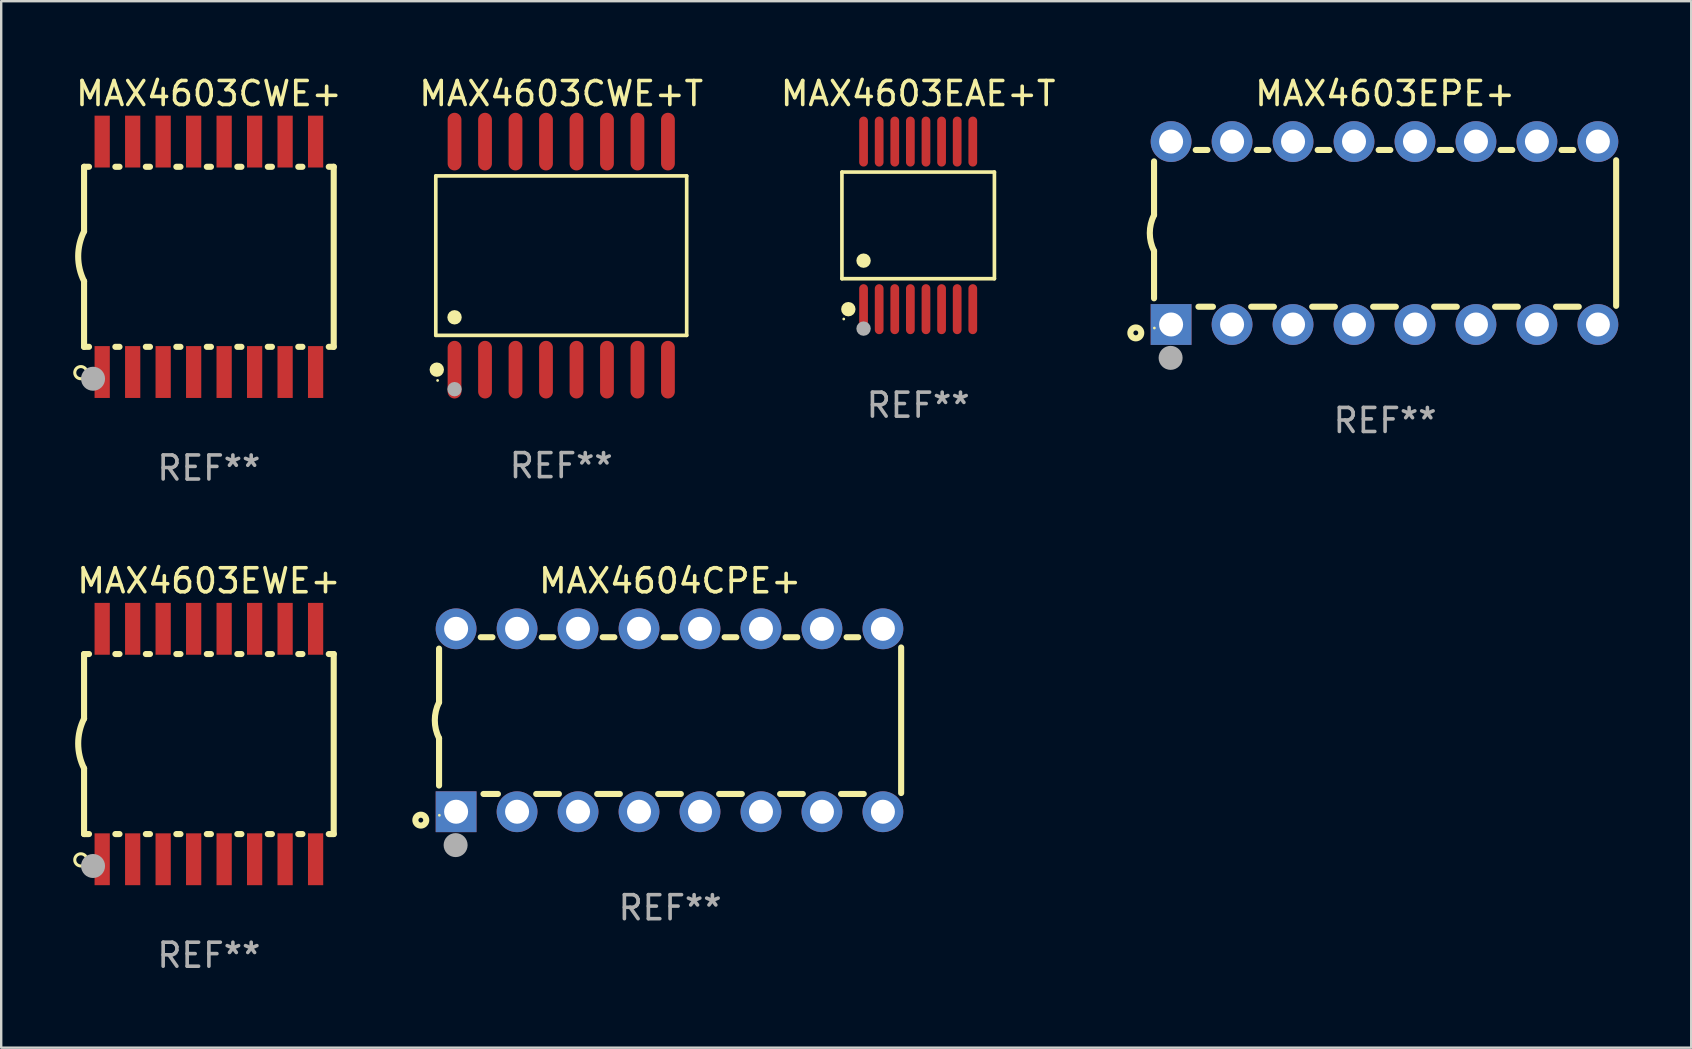
<source format=kicad_pcb>
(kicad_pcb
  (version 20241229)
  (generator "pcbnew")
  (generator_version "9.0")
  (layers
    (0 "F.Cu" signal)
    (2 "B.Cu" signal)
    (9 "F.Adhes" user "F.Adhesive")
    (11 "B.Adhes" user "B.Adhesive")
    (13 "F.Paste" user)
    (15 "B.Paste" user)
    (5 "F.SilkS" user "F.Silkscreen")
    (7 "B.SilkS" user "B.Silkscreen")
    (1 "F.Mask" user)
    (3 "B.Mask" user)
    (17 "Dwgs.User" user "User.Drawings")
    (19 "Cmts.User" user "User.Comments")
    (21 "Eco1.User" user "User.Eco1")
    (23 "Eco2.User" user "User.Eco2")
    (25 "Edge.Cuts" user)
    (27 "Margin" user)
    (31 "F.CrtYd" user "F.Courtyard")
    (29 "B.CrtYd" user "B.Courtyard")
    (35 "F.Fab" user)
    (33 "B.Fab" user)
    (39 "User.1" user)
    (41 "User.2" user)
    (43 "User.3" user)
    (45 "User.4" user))
  (footprint "MAX4604CPE+"
    (layer "F.Cu")
    (at 24.865 26.955)
    (property "Reference" "MAX4604CPE+" (at 0 -5.81 0) (layer "F.SilkS") (effects (font (size 1 1) (thickness 0.15))))
    (attr through_hole)
    (fp_line (start -9.625 -0.75) (end -9.625 -2.985) (stroke (width 0.254) (type solid)) (layer "F.SilkS"))
    (fp_line (start -9.625 0.749) (end -9.625 2.719) (stroke (width 0.254) (type solid)) (layer "F.SilkS"))
    (fp_line (start -7.889 -3.46) (end -7.401 -3.46) (stroke (width 0.254) (type solid)) (layer "F.SilkS"))
    (fp_line (start -7.775 3.07) (end -7.172 3.07) (stroke (width 0.254) (type solid)) (layer "F.SilkS"))
    (fp_line (start -5.578 3.07) (end -4.632 3.07) (stroke (width 0.254) (type solid)) (layer "F.SilkS"))
    (fp_line (start -5.349 -3.46) (end -4.861 -3.46) (stroke (width 0.254) (type solid)) (layer "F.SilkS"))
    (fp_line (start -3.038 3.07) (end -2.092 3.07) (stroke (width 0.254) (type solid)) (layer "F.SilkS"))
    (fp_line (start -2.809 -3.46) (end -2.321 -3.46) (stroke (width 0.254) (type solid)) (layer "F.SilkS"))
    (fp_line (start -0.498 3.07) (end 0.448 3.07) (stroke (width 0.254) (type solid)) (layer "F.SilkS"))
    (fp_line (start -0.269 -3.46) (end 0.219 -3.46) (stroke (width 0.254) (type solid)) (layer "F.SilkS"))
    (fp_line (start 2.042 3.07) (end 2.988 3.07) (stroke (width 0.254) (type solid)) (layer "F.SilkS"))
    (fp_line (start 2.271 -3.46) (end 2.759 -3.46) (stroke (width 0.254) (type solid)) (layer "F.SilkS"))
    (fp_line (start 4.582 3.07) (end 5.528 3.07) (stroke (width 0.254) (type solid)) (layer "F.SilkS"))
    (fp_line (start 4.811 -3.46) (end 5.299 -3.46) (stroke (width 0.254) (type solid)) (layer "F.SilkS"))
    (fp_line (start 7.122 3.07) (end 8.068 3.07) (stroke (width 0.254) (type solid)) (layer "F.SilkS"))
    (fp_line (start 7.351 -3.46) (end 7.839 -3.46) (stroke (width 0.254) (type solid)) (layer "F.SilkS"))
    (fp_line (start 9.625 3.032) (end 9.625 -3.032) (stroke (width 0.254) (type solid)) (layer "F.SilkS"))
    (fp_arc (start -9.62498 0.748819) (mid -9.801899 -0.000581) (end -9.625006 -0.749987) (stroke (width 0.254001) (type solid)) (layer "F.SilkS"))
    (fp_circle (center -10.385 4.16) (end -10.285 4.16) (stroke (width 0.254) (type solid)) (fill no) (layer "F.SilkS"))
    (fp_circle (center -9.612 3.957) (end -9.582 3.957) (stroke (width 0.06) (type solid)) (fill no) (layer "F.SilkS"))
    (fp_circle (center -8.935 5.2) (end -8.685 5.2) (stroke (width 0.5) (type solid)) (fill no) (layer "F.Fab"))
    (fp_text user "REF**" (at 0 7.81 0) (layer "F.Fab") (effects (font (size 1 1) (thickness 0.15))))
    (pad "1" thru_hole rect (at -8.915 3.81) (size 1.7 1.7) (drill 1) (layers "*.Cu" "*.Mask"))
    (pad "2" thru_hole circle (at -6.375 3.81) (size 1.7 1.7) (drill 1) (layers "*.Cu" "*.Mask"))
    (pad "3" thru_hole circle (at -3.835 3.81) (size 1.7 1.7) (drill 1) (layers "*.Cu" "*.Mask"))
    (pad "4" thru_hole circle (at -1.295 3.81) (size 1.7 1.7) (drill 1) (layers "*.Cu" "*.Mask"))
    (pad "5" thru_hole circle (at 1.245 3.81) (size 1.7 1.7) (drill 1) (layers "*.Cu" "*.Mask"))
    (pad "6" thru_hole circle (at 3.785 3.81) (size 1.7 1.7) (drill 1) (layers "*.Cu" "*.Mask"))
    (pad "7" thru_hole circle (at 6.325 3.81) (size 1.7 1.7) (drill 1) (layers "*.Cu" "*.Mask"))
    (pad "8" thru_hole circle (at 8.865 3.81) (size 1.7 1.7) (drill 1) (layers "*.Cu" "*.Mask"))
    (pad "9" thru_hole circle (at 8.865 -3.81) (size 1.7 1.7) (drill 1) (layers "*.Cu" "*.Mask"))
    (pad "10" thru_hole circle (at 6.325 -3.81) (size 1.7 1.7) (drill 1) (layers "*.Cu" "*.Mask"))
    (pad "11" thru_hole circle (at 3.785 -3.81) (size 1.7 1.7) (drill 1) (layers "*.Cu" "*.Mask"))
    (pad "12" thru_hole circle (at 1.245 -3.81) (size 1.7 1.7) (drill 1) (layers "*.Cu" "*.Mask"))
    (pad "13" thru_hole circle (at -1.295 -3.81) (size 1.7 1.7) (drill 1) (layers "*.Cu" "*.Mask"))
    (pad "14" thru_hole circle (at -3.835 -3.81) (size 1.7 1.7) (drill 1) (layers "*.Cu" "*.Mask"))
    (pad "15" thru_hole circle (at -6.375 -3.81) (size 1.7 1.7) (drill 1) (layers "*.Cu" "*.Mask"))
    (pad "16" thru_hole circle (at -8.915 -3.81) (size 1.7 1.7) (drill 1) (layers "*.Cu" "*.Mask")))
  (footprint "MAX4603CWE+"
    (layer "F.Cu")
    (at 5.652 7.648)
    (property "Reference" "MAX4603CWE+" (at 0 -6.8 0) (layer "F.SilkS") (effects (font (size 1 1) (thickness 0.15))))
    (attr through_hole)
    (fp_line (start -5.2 -3.75) (end -5.2 -1.06) (stroke (width 0.254) (type solid)) (layer "F.SilkS"))
    (fp_line (start -5.2 -3.75) (end -4.994 -3.75) (stroke (width 0.254) (type solid)) (layer "F.SilkS"))
    (fp_line (start -5.2 3.75) (end -5.2 1.016) (stroke (width 0.254) (type solid)) (layer "F.SilkS"))
    (fp_line (start -5.2 3.75) (end -4.994 3.75) (stroke (width 0.254) (type solid)) (layer "F.SilkS"))
    (fp_line (start -3.896 -3.75) (end -3.724 -3.75) (stroke (width 0.254) (type solid)) (layer "F.SilkS"))
    (fp_line (start -3.896 3.75) (end -3.724 3.75) (stroke (width 0.254) (type solid)) (layer "F.SilkS"))
    (fp_line (start -2.626 -3.75) (end -2.454 -3.75) (stroke (width 0.254) (type solid)) (layer "F.SilkS"))
    (fp_line (start -2.626 3.75) (end -2.454 3.75) (stroke (width 0.254) (type solid)) (layer "F.SilkS"))
    (fp_line (start -1.356 -3.75) (end -1.184 -3.75) (stroke (width 0.254) (type solid)) (layer "F.SilkS"))
    (fp_line (start -1.356 3.75) (end -1.184 3.75) (stroke (width 0.254) (type solid)) (layer "F.SilkS"))
    (fp_line (start -0.086 -3.75) (end 0.086 -3.75) (stroke (width 0.254) (type solid)) (layer "F.SilkS"))
    (fp_line (start -0.086 3.75) (end 0.086 3.75) (stroke (width 0.254) (type solid)) (layer "F.SilkS"))
    (fp_line (start 1.184 -3.75) (end 1.356 -3.75) (stroke (width 0.254) (type solid)) (layer "F.SilkS"))
    (fp_line (start 1.184 3.75) (end 1.356 3.75) (stroke (width 0.254) (type solid)) (layer "F.SilkS"))
    (fp_line (start 2.454 -3.75) (end 2.626 -3.75) (stroke (width 0.254) (type solid)) (layer "F.SilkS"))
    (fp_line (start 2.454 3.75) (end 2.626 3.75) (stroke (width 0.254) (type solid)) (layer "F.SilkS"))
    (fp_line (start 3.724 -3.75) (end 3.896 -3.75) (stroke (width 0.254) (type solid)) (layer "F.SilkS"))
    (fp_line (start 3.724 3.75) (end 3.896 3.75) (stroke (width 0.254) (type solid)) (layer "F.SilkS"))
    (fp_line (start 4.994 -3.75) (end 5.2 -3.75) (stroke (width 0.254) (type solid)) (layer "F.SilkS"))
    (fp_line (start 4.994 3.75) (end 5.2 3.75) (stroke (width 0.254) (type solid)) (layer "F.SilkS"))
    (fp_line (start 5.2 3.75) (end 5.2 -3.75) (stroke (width 0.254) (type solid)) (layer "F.SilkS"))
    (fp_arc (start -5.199391 1.016002) (mid -5.444637 -0.021925) (end -5.2 -1.059995) (stroke (width 0.254001) (type solid)) (layer "F.SilkS"))
    (fp_circle (center -5.334 4.826) (end -5.08 4.826) (stroke (width 0.127) (type solid)) (fill no) (layer "F.SilkS"))
    (fp_circle (center -5.15 5.15) (end -5.12 5.15) (stroke (width 0.06) (type solid)) (fill no) (layer "F.SilkS"))
    (fp_circle (center -4.826 5.08) (end -4.576 5.08) (stroke (width 0.5) (type solid)) (fill no) (layer "F.Fab"))
    (fp_text user "REF**" (at 0 8.8 0) (layer "F.Fab") (effects (font (size 1 1) (thickness 0.15))))
    (pad "1" smd rect (at -4.445 4.8) (size 0.635 2.16) (layers "F.Cu" "F.Mask" "F.Paste"))
    (pad "2" smd rect (at -3.175 4.8) (size 0.635 2.16) (layers "F.Cu" "F.Mask" "F.Paste"))
    (pad "3" smd rect (at -1.905 4.8) (size 0.635 2.16) (layers "F.Cu" "F.Mask" "F.Paste"))
    (pad "4" smd rect (at -0.635 4.8) (size 0.635 2.16) (layers "F.Cu" "F.Mask" "F.Paste"))
    (pad "5" smd rect (at 0.635 4.8) (size 0.635 2.16) (layers "F.Cu" "F.Mask" "F.Paste"))
    (pad "6" smd rect (at 1.905 4.8) (size 0.635 2.16) (layers "F.Cu" "F.Mask" "F.Paste"))
    (pad "7" smd rect (at 3.175 4.8) (size 0.635 2.16) (layers "F.Cu" "F.Mask" "F.Paste"))
    (pad "8" smd rect (at 4.445 4.8) (size 0.635 2.16) (layers "F.Cu" "F.Mask" "F.Paste"))
    (pad "9" smd rect (at 4.445 -4.8) (size 0.635 2.16) (layers "F.Cu" "F.Mask" "F.Paste"))
    (pad "10" smd rect (at 3.175 -4.8) (size 0.635 2.16) (layers "F.Cu" "F.Mask" "F.Paste"))
    (pad "11" smd rect (at 1.905 -4.8) (size 0.635 2.16) (layers "F.Cu" "F.Mask" "F.Paste"))
    (pad "12" smd rect (at 0.635 -4.8) (size 0.635 2.16) (layers "F.Cu" "F.Mask" "F.Paste"))
    (pad "13" smd rect (at -0.635 -4.8) (size 0.635 2.16) (layers "F.Cu" "F.Mask" "F.Paste"))
    (pad "14" smd rect (at -1.905 -4.8) (size 0.635 2.16) (layers "F.Cu" "F.Mask" "F.Paste"))
    (pad "15" smd rect (at -3.175 -4.8) (size 0.635 2.16) (layers "F.Cu" "F.Mask" "F.Paste"))
    (pad "16" smd rect (at -4.445 -4.8) (size 0.635 2.16) (layers "F.Cu" "F.Mask" "F.Paste")))
  (footprint "MAX4603CWE+T"
    (layer "F.Cu")
    (at 20.33 7.599)
    (property "Reference" "MAX4603CWE+T" (at 0 -6.75 0) (layer "F.SilkS") (effects (font (size 1 1) (thickness 0.15))))
    (attr through_hole)
    (fp_line (start -5.226 -3.321) (end 5.226 -3.321) (stroke (width 0.152) (type solid)) (layer "F.SilkS"))
    (fp_line (start -5.226 3.321) (end -5.226 -3.321) (stroke (width 0.152) (type solid)) (layer "F.SilkS"))
    (fp_line (start 5.226 -3.321) (end 5.226 3.321) (stroke (width 0.152) (type solid)) (layer "F.SilkS"))
    (fp_line (start 5.226 3.321) (end -5.226 3.321) (stroke (width 0.152) (type solid)) (layer "F.SilkS"))
    (fp_circle (center -5.184 4.75) (end -5.034 4.75) (stroke (width 0.3) (type solid)) (fill no) (layer "F.SilkS"))
    (fp_circle (center -5.15 5.2) (end -5.12 5.2) (stroke (width 0.06) (type solid)) (fill no) (layer "F.SilkS"))
    (fp_circle (center -4.445 2.569) (end -4.295 2.569) (stroke (width 0.3) (type solid)) (fill no) (layer "F.SilkS"))
    (fp_circle (center -4.445 5.563) (end -4.295 5.563) (stroke (width 0.3) (type solid)) (fill no) (layer "F.Fab"))
    (fp_text user "REF**" (at 0 8.75 0) (layer "F.Fab") (effects (font (size 1 1) (thickness 0.15))))
    (pad "1" smd oval (at -4.445 4.75) (size 0.574 2.401) (layers "F.Cu" "F.Mask" "F.Paste"))
    (pad "2" smd oval (at -3.175 4.75) (size 0.574 2.401) (layers "F.Cu" "F.Mask" "F.Paste"))
    (pad "3" smd oval (at -1.905 4.75) (size 0.574 2.401) (layers "F.Cu" "F.Mask" "F.Paste"))
    (pad "4" smd oval (at -0.635 4.75) (size 0.574 2.401) (layers "F.Cu" "F.Mask" "F.Paste"))
    (pad "5" smd oval (at 0.635 4.75) (size 0.574 2.401) (layers "F.Cu" "F.Mask" "F.Paste"))
    (pad "6" smd oval (at 1.905 4.75) (size 0.574 2.401) (layers "F.Cu" "F.Mask" "F.Paste"))
    (pad "7" smd oval (at 3.175 4.75) (size 0.574 2.401) (layers "F.Cu" "F.Mask" "F.Paste"))
    (pad "8" smd oval (at 4.445 4.75) (size 0.574 2.401) (layers "F.Cu" "F.Mask" "F.Paste"))
    (pad "9" smd oval (at 4.445 -4.75) (size 0.574 2.401) (layers "F.Cu" "F.Mask" "F.Paste"))
    (pad "10" smd oval (at 3.175 -4.75) (size 0.574 2.401) (layers "F.Cu" "F.Mask" "F.Paste"))
    (pad "11" smd oval (at 1.905 -4.75) (size 0.574 2.401) (layers "F.Cu" "F.Mask" "F.Paste"))
    (pad "12" smd oval (at 0.635 -4.75) (size 0.574 2.401) (layers "F.Cu" "F.Mask" "F.Paste"))
    (pad "13" smd oval (at -0.635 -4.75) (size 0.574 2.401) (layers "F.Cu" "F.Mask" "F.Paste"))
    (pad "14" smd oval (at -1.905 -4.75) (size 0.574 2.401) (layers "F.Cu" "F.Mask" "F.Paste"))
    (pad "15" smd oval (at -3.175 -4.75) (size 0.574 2.401) (layers "F.Cu" "F.Mask" "F.Paste"))
    (pad "16" smd oval (at -4.445 -4.75) (size 0.574 2.401) (layers "F.Cu" "F.Mask" "F.Paste")))
  (footprint "MAX4603EWE+"
    (layer "F.Cu")
    (at 5.652 27.945)
    (property "Reference" "MAX4603EWE+" (at 0 -6.8 0) (layer "F.SilkS") (effects (font (size 1 1) (thickness 0.15))))
    (attr through_hole)
    (fp_line (start -5.2 -3.75) (end -5.2 -1.06) (stroke (width 0.254) (type solid)) (layer "F.SilkS"))
    (fp_line (start -5.2 -3.75) (end -4.994 -3.75) (stroke (width 0.254) (type solid)) (layer "F.SilkS"))
    (fp_line (start -5.2 3.75) (end -5.2 1.016) (stroke (width 0.254) (type solid)) (layer "F.SilkS"))
    (fp_line (start -5.2 3.75) (end -4.994 3.75) (stroke (width 0.254) (type solid)) (layer "F.SilkS"))
    (fp_line (start -3.896 -3.75) (end -3.724 -3.75) (stroke (width 0.254) (type solid)) (layer "F.SilkS"))
    (fp_line (start -3.896 3.75) (end -3.724 3.75) (stroke (width 0.254) (type solid)) (layer "F.SilkS"))
    (fp_line (start -2.626 -3.75) (end -2.454 -3.75) (stroke (width 0.254) (type solid)) (layer "F.SilkS"))
    (fp_line (start -2.626 3.75) (end -2.454 3.75) (stroke (width 0.254) (type solid)) (layer "F.SilkS"))
    (fp_line (start -1.356 -3.75) (end -1.184 -3.75) (stroke (width 0.254) (type solid)) (layer "F.SilkS"))
    (fp_line (start -1.356 3.75) (end -1.184 3.75) (stroke (width 0.254) (type solid)) (layer "F.SilkS"))
    (fp_line (start -0.086 -3.75) (end 0.086 -3.75) (stroke (width 0.254) (type solid)) (layer "F.SilkS"))
    (fp_line (start -0.086 3.75) (end 0.086 3.75) (stroke (width 0.254) (type solid)) (layer "F.SilkS"))
    (fp_line (start 1.184 -3.75) (end 1.356 -3.75) (stroke (width 0.254) (type solid)) (layer "F.SilkS"))
    (fp_line (start 1.184 3.75) (end 1.356 3.75) (stroke (width 0.254) (type solid)) (layer "F.SilkS"))
    (fp_line (start 2.454 -3.75) (end 2.626 -3.75) (stroke (width 0.254) (type solid)) (layer "F.SilkS"))
    (fp_line (start 2.454 3.75) (end 2.626 3.75) (stroke (width 0.254) (type solid)) (layer "F.SilkS"))
    (fp_line (start 3.724 -3.75) (end 3.896 -3.75) (stroke (width 0.254) (type solid)) (layer "F.SilkS"))
    (fp_line (start 3.724 3.75) (end 3.896 3.75) (stroke (width 0.254) (type solid)) (layer "F.SilkS"))
    (fp_line (start 4.994 -3.75) (end 5.2 -3.75) (stroke (width 0.254) (type solid)) (layer "F.SilkS"))
    (fp_line (start 4.994 3.75) (end 5.2 3.75) (stroke (width 0.254) (type solid)) (layer "F.SilkS"))
    (fp_line (start 5.2 3.75) (end 5.2 -3.75) (stroke (width 0.254) (type solid)) (layer "F.SilkS"))
    (fp_arc (start -5.199391 1.016002) (mid -5.444637 -0.021925) (end -5.2 -1.059995) (stroke (width 0.254001) (type solid)) (layer "F.SilkS"))
    (fp_circle (center -5.334 4.826) (end -5.08 4.826) (stroke (width 0.127) (type solid)) (fill no) (layer "F.SilkS"))
    (fp_circle (center -5.15 5.15) (end -5.12 5.15) (stroke (width 0.06) (type solid)) (fill no) (layer "F.SilkS"))
    (fp_circle (center -4.826 5.08) (end -4.576 5.08) (stroke (width 0.5) (type solid)) (fill no) (layer "F.Fab"))
    (fp_text user "REF**" (at 0 8.8 0) (layer "F.Fab") (effects (font (size 1 1) (thickness 0.15))))
    (pad "1" smd rect (at -4.445 4.8) (size 0.635 2.16) (layers "F.Cu" "F.Mask" "F.Paste"))
    (pad "2" smd rect (at -3.175 4.8) (size 0.635 2.16) (layers "F.Cu" "F.Mask" "F.Paste"))
    (pad "3" smd rect (at -1.905 4.8) (size 0.635 2.16) (layers "F.Cu" "F.Mask" "F.Paste"))
    (pad "4" smd rect (at -0.635 4.8) (size 0.635 2.16) (layers "F.Cu" "F.Mask" "F.Paste"))
    (pad "5" smd rect (at 0.635 4.8) (size 0.635 2.16) (layers "F.Cu" "F.Mask" "F.Paste"))
    (pad "6" smd rect (at 1.905 4.8) (size 0.635 2.16) (layers "F.Cu" "F.Mask" "F.Paste"))
    (pad "7" smd rect (at 3.175 4.8) (size 0.635 2.16) (layers "F.Cu" "F.Mask" "F.Paste"))
    (pad "8" smd rect (at 4.445 4.8) (size 0.635 2.16) (layers "F.Cu" "F.Mask" "F.Paste"))
    (pad "9" smd rect (at 4.445 -4.8) (size 0.635 2.16) (layers "F.Cu" "F.Mask" "F.Paste"))
    (pad "10" smd rect (at 3.175 -4.8) (size 0.635 2.16) (layers "F.Cu" "F.Mask" "F.Paste"))
    (pad "11" smd rect (at 1.905 -4.8) (size 0.635 2.16) (layers "F.Cu" "F.Mask" "F.Paste"))
    (pad "12" smd rect (at 0.635 -4.8) (size 0.635 2.16) (layers "F.Cu" "F.Mask" "F.Paste"))
    (pad "13" smd rect (at -0.635 -4.8) (size 0.635 2.16) (layers "F.Cu" "F.Mask" "F.Paste"))
    (pad "14" smd rect (at -1.905 -4.8) (size 0.635 2.16) (layers "F.Cu" "F.Mask" "F.Paste"))
    (pad "15" smd rect (at -3.175 -4.8) (size 0.635 2.16) (layers "F.Cu" "F.Mask" "F.Paste"))
    (pad "16" smd rect (at -4.445 -4.8) (size 0.635 2.16) (layers "F.Cu" "F.Mask" "F.Paste")))
  (footprint "MAX4603EPE+"
    (layer "F.Cu")
    (at 54.65 6.658)
    (property "Reference" "MAX4603EPE+" (at 0 -5.81 0) (layer "F.SilkS") (effects (font (size 1 1) (thickness 0.15))))
    (attr through_hole)
    (fp_line (start -9.625 -0.75) (end -9.625 -2.985) (stroke (width 0.254) (type solid)) (layer "F.SilkS"))
    (fp_line (start -9.625 0.749) (end -9.625 2.719) (stroke (width 0.254) (type solid)) (layer "F.SilkS"))
    (fp_line (start -7.889 -3.46) (end -7.401 -3.46) (stroke (width 0.254) (type solid)) (layer "F.SilkS"))
    (fp_line (start -7.775 3.07) (end -7.172 3.07) (stroke (width 0.254) (type solid)) (layer "F.SilkS"))
    (fp_line (start -5.578 3.07) (end -4.632 3.07) (stroke (width 0.254) (type solid)) (layer "F.SilkS"))
    (fp_line (start -5.349 -3.46) (end -4.861 -3.46) (stroke (width 0.254) (type solid)) (layer "F.SilkS"))
    (fp_line (start -3.038 3.07) (end -2.092 3.07) (stroke (width 0.254) (type solid)) (layer "F.SilkS"))
    (fp_line (start -2.809 -3.46) (end -2.321 -3.46) (stroke (width 0.254) (type solid)) (layer "F.SilkS"))
    (fp_line (start -0.498 3.07) (end 0.448 3.07) (stroke (width 0.254) (type solid)) (layer "F.SilkS"))
    (fp_line (start -0.269 -3.46) (end 0.219 -3.46) (stroke (width 0.254) (type solid)) (layer "F.SilkS"))
    (fp_line (start 2.042 3.07) (end 2.988 3.07) (stroke (width 0.254) (type solid)) (layer "F.SilkS"))
    (fp_line (start 2.271 -3.46) (end 2.759 -3.46) (stroke (width 0.254) (type solid)) (layer "F.SilkS"))
    (fp_line (start 4.582 3.07) (end 5.528 3.07) (stroke (width 0.254) (type solid)) (layer "F.SilkS"))
    (fp_line (start 4.811 -3.46) (end 5.299 -3.46) (stroke (width 0.254) (type solid)) (layer "F.SilkS"))
    (fp_line (start 7.122 3.07) (end 8.068 3.07) (stroke (width 0.254) (type solid)) (layer "F.SilkS"))
    (fp_line (start 7.351 -3.46) (end 7.839 -3.46) (stroke (width 0.254) (type solid)) (layer "F.SilkS"))
    (fp_line (start 9.625 3.032) (end 9.625 -3.032) (stroke (width 0.254) (type solid)) (layer "F.SilkS"))
    (fp_arc (start -9.62498 0.748819) (mid -9.801899 -0.000581) (end -9.625006 -0.749987) (stroke (width 0.254001) (type solid)) (layer "F.SilkS"))
    (fp_circle (center -10.385 4.16) (end -10.285 4.16) (stroke (width 0.254) (type solid)) (fill no) (layer "F.SilkS"))
    (fp_circle (center -9.612 3.957) (end -9.582 3.957) (stroke (width 0.06) (type solid)) (fill no) (layer "F.SilkS"))
    (fp_circle (center -8.935 5.2) (end -8.685 5.2) (stroke (width 0.5) (type solid)) (fill no) (layer "F.Fab"))
    (fp_text user "REF**" (at 0 7.81 0) (layer "F.Fab") (effects (font (size 1 1) (thickness 0.15))))
    (pad "1" thru_hole rect (at -8.915 3.81) (size 1.7 1.7) (drill 1) (layers "*.Cu" "*.Mask"))
    (pad "2" thru_hole circle (at -6.375 3.81) (size 1.7 1.7) (drill 1) (layers "*.Cu" "*.Mask"))
    (pad "3" thru_hole circle (at -3.835 3.81) (size 1.7 1.7) (drill 1) (layers "*.Cu" "*.Mask"))
    (pad "4" thru_hole circle (at -1.295 3.81) (size 1.7 1.7) (drill 1) (layers "*.Cu" "*.Mask"))
    (pad "5" thru_hole circle (at 1.245 3.81) (size 1.7 1.7) (drill 1) (layers "*.Cu" "*.Mask"))
    (pad "6" thru_hole circle (at 3.785 3.81) (size 1.7 1.7) (drill 1) (layers "*.Cu" "*.Mask"))
    (pad "7" thru_hole circle (at 6.325 3.81) (size 1.7 1.7) (drill 1) (layers "*.Cu" "*.Mask"))
    (pad "8" thru_hole circle (at 8.865 3.81) (size 1.7 1.7) (drill 1) (layers "*.Cu" "*.Mask"))
    (pad "9" thru_hole circle (at 8.865 -3.81) (size 1.7 1.7) (drill 1) (layers "*.Cu" "*.Mask"))
    (pad "10" thru_hole circle (at 6.325 -3.81) (size 1.7 1.7) (drill 1) (layers "*.Cu" "*.Mask"))
    (pad "11" thru_hole circle (at 3.785 -3.81) (size 1.7 1.7) (drill 1) (layers "*.Cu" "*.Mask"))
    (pad "12" thru_hole circle (at 1.245 -3.81) (size 1.7 1.7) (drill 1) (layers "*.Cu" "*.Mask"))
    (pad "13" thru_hole circle (at -1.295 -3.81) (size 1.7 1.7) (drill 1) (layers "*.Cu" "*.Mask"))
    (pad "14" thru_hole circle (at -3.835 -3.81) (size 1.7 1.7) (drill 1) (layers "*.Cu" "*.Mask"))
    (pad "15" thru_hole circle (at -6.375 -3.81) (size 1.7 1.7) (drill 1) (layers "*.Cu" "*.Mask"))
    (pad "16" thru_hole circle (at -8.915 -3.81) (size 1.7 1.7) (drill 1) (layers "*.Cu" "*.Mask")))
  (footprint "MAX4603EAE+T"
    (layer "F.Cu")
    (at 35.199 6.339)
    (property "Reference" "MAX4603EAE+T" (at 0 -5.491 0) (layer "F.SilkS") (effects (font (size 1 1) (thickness 0.15))))
    (attr through_hole)
    (fp_line (start -3.176 -2.221) (end 3.176 -2.221) (stroke (width 0.152) (type solid)) (layer "F.SilkS"))
    (fp_line (start -3.176 2.221) (end -3.176 -2.221) (stroke (width 0.152) (type solid)) (layer "F.SilkS"))
    (fp_line (start 3.176 -2.221) (end 3.176 2.221) (stroke (width 0.152) (type solid)) (layer "F.SilkS"))
    (fp_line (start 3.176 2.221) (end -3.176 2.221) (stroke (width 0.152) (type solid)) (layer "F.SilkS"))
    (fp_circle (center -3.1 3.9) (end -3.07 3.9) (stroke (width 0.06) (type solid)) (fill no) (layer "F.SilkS"))
    (fp_circle (center -2.909 3.491) (end -2.759 3.491) (stroke (width 0.3) (type solid)) (fill no) (layer "F.SilkS"))
    (fp_circle (center -2.275 1.469) (end -2.125 1.469) (stroke (width 0.3) (type solid)) (fill no) (layer "F.SilkS"))
    (fp_circle (center -2.275 4.3) (end -2.125 4.3) (stroke (width 0.3) (type solid)) (fill no) (layer "F.Fab"))
    (fp_text user "REF**" (at 0 7.491 0) (layer "F.Fab") (effects (font (size 1 1) (thickness 0.15))))
    (pad "1" smd oval (at -2.275 3.491) (size 0.364 2.082) (layers "F.Cu" "F.Mask" "F.Paste"))
    (pad "2" smd oval (at -1.625 3.491) (size 0.364 2.082) (layers "F.Cu" "F.Mask" "F.Paste"))
    (pad "3" smd oval (at -0.975 3.491) (size 0.364 2.082) (layers "F.Cu" "F.Mask" "F.Paste"))
    (pad "4" smd oval (at -0.325 3.491) (size 0.364 2.082) (layers "F.Cu" "F.Mask" "F.Paste"))
    (pad "5" smd oval (at 0.325 3.491) (size 0.364 2.082) (layers "F.Cu" "F.Mask" "F.Paste"))
    (pad "6" smd oval (at 0.975 3.491) (size 0.364 2.082) (layers "F.Cu" "F.Mask" "F.Paste"))
    (pad "7" smd oval (at 1.625 3.491) (size 0.364 2.082) (layers "F.Cu" "F.Mask" "F.Paste"))
    (pad "8" smd oval (at 2.275 3.491) (size 0.364 2.082) (layers "F.Cu" "F.Mask" "F.Paste"))
    (pad "9" smd oval (at 2.275 -3.491) (size 0.364 2.082) (layers "F.Cu" "F.Mask" "F.Paste"))
    (pad "10" smd oval (at 1.625 -3.491) (size 0.364 2.082) (layers "F.Cu" "F.Mask" "F.Paste"))
    (pad "11" smd oval (at 0.975 -3.491) (size 0.364 2.082) (layers "F.Cu" "F.Mask" "F.Paste"))
    (pad "12" smd oval (at 0.325 -3.491) (size 0.364 2.082) (layers "F.Cu" "F.Mask" "F.Paste"))
    (pad "13" smd oval (at -0.325 -3.491) (size 0.364 2.082) (layers "F.Cu" "F.Mask" "F.Paste"))
    (pad "14" smd oval (at -0.975 -3.491) (size 0.364 2.082) (layers "F.Cu" "F.Mask" "F.Paste"))
    (pad "15" smd oval (at -1.625 -3.491) (size 0.364 2.082) (layers "F.Cu" "F.Mask" "F.Paste"))
    (pad "16" smd oval (at -2.275 -3.491) (size 0.364 2.082) (layers "F.Cu" "F.Mask" "F.Paste")))
  (gr_rect
    (start -3 -3)
    (end 67.402 40.593)
    (stroke (width 0.1) (type default))
    (fill no)
    (layer "Edge.Cuts")))
</source>
